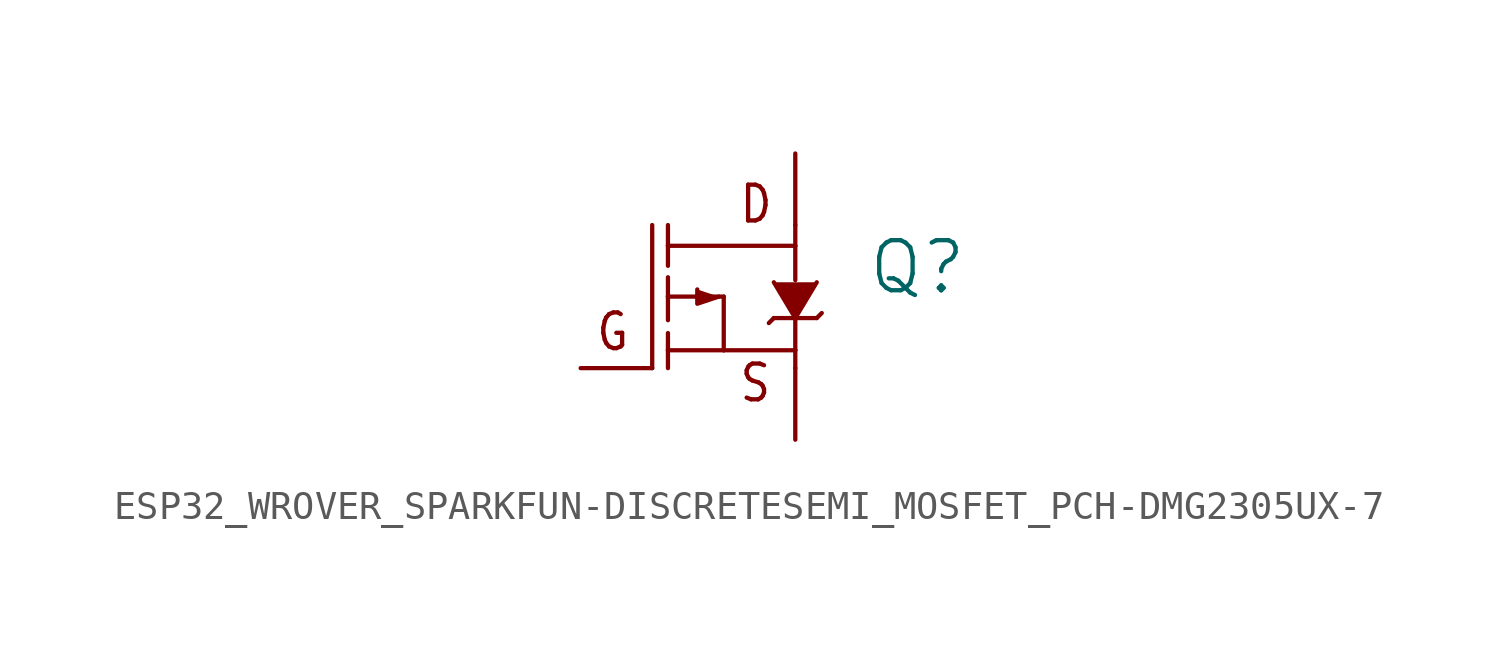
<source format=kicad_sym>
(kicad_symbol_lib
  (version 20220914)
  (generator kicad_symbol_editor)
  (symbol "ESP32_WROVER_SPARKFUN-DISCRETESEMI_MOSFET_PCH-DMG2305UX-7"
    (property "Reference" "Q"
      (at 5.08 0 0)
      (effects (font (size 1.778 1.778)) (justify left bottom)))
    (property "Value" ""
      (at 5.08 -2.54 0)
      (effects (font (size 1.778 1.778)) (justify left bottom)))
    (property "ki_locked" ""
      (at 0 0 0)
      (effects (font (size 1.27 1.27))))
    (symbol "ESP32_WROVER_SPARKFUN-DISCRETESEMI_MOSFET_PCH-DMG2305UX-7_1_0"
      (polyline (pts (xy -2.54 -2.54) (xy -2.54 2.54)) (stroke (width 0.152) (type solid)) (fill (type none)))
      (polyline (pts (xy -1.981 -1.905) (xy -1.981 -2.54)) (stroke (width 0.152) (type solid)) (fill (type none)))
      (polyline (pts (xy -1.981 -1.905) (xy 0 -1.905)) (stroke (width 0.152) (type solid)) (fill (type none)))
      (polyline (pts (xy -1.981 -1.295) (xy -1.981 -1.905)) (stroke (width 0.152) (type solid)) (fill (type none)))
      (polyline (pts (xy -1.981 0) (xy -1.981 -0.838)) (stroke (width 0.152) (type solid)) (fill (type none)))
      (polyline (pts (xy -1.981 0.686) (xy -1.981 0)) (stroke (width 0.152) (type solid)) (fill (type none)))
      (polyline (pts (xy -1.981 1.803) (xy -1.981 1.092)) (stroke (width 0.152) (type solid)) (fill (type none)))
      (polyline (pts (xy -1.981 1.803) (xy 2.54 1.803)) (stroke (width 0.152) (type solid)) (fill (type none)))
      (polyline (pts (xy -1.981 2.54) (xy -1.981 1.803)) (stroke (width 0.152) (type solid)) (fill (type none)))
      (polyline (pts (xy 0 -1.905) (xy 0 0)) (stroke (width 0.152) (type solid)) (fill (type none)))
      (polyline (pts (xy 0 0) (xy -1.981 0)) (stroke (width 0.152) (type solid)) (fill (type none)))
      (polyline (pts (xy 1.778 -0.762) (xy 1.6 -0.94)) (stroke (width 0.152) (type solid)) (fill (type none)))
      (polyline (pts (xy 1.778 -0.762) (xy 3.302 -0.762)) (stroke (width 0.152) (type solid)) (fill (type none)))
      (polyline (pts (xy 2.54 -2.54) (xy 2.54 -1.905)) (stroke (width 0.152) (type solid)) (fill (type none)))
      (polyline (pts (xy 2.54 -1.905) (xy 0 -1.905)) (stroke (width 0.152) (type solid)) (fill (type none)))
      (polyline (pts (xy 2.54 -1.905) (xy 2.54 -0.787)) (stroke (width 0.152) (type solid)) (fill (type none)))
      (polyline (pts (xy 2.54 1.803) (xy 2.54 0.584)) (stroke (width 0.152) (type solid)) (fill (type none)))
      (polyline (pts (xy 2.54 2.54) (xy 2.54 1.803)) (stroke (width 0.152) (type solid)) (fill (type none)))
      (polyline (pts (xy 3.48 -0.584) (xy 3.302 -0.762)) (stroke (width 0.152) (type solid)) (fill (type none)))
      (polyline (pts (xy -0.178 0) (xy -0.94 -0.254) (xy -0.94 0.254)) (stroke (width 0.152) (type solid)) (fill (type outline)))
      (polyline (pts (xy 3.302 0.508) (xy 2.54 -0.762) (xy 1.778 0.508)) (stroke (width 0.152) (type solid)) (fill (type outline)))
      (text "D" (at 0.508 2.54 0) (effects (font (size 1.27 1.079)) (justify left bottom)))
      (text "G" (at -3.302 -0.508 0) (effects (font (size 1.27 1.079)) (justify right top)))
      (text "S" (at 0.508 -3.81 0) (effects (font (size 1.27 1.079)) (justify left bottom)))
      (pin bidirectional line (at -5.08 -2.54 0) (length 2.54) (name "G" (effects (font (size 0 0)))) (number "1" (effects (font (size 0 0)))))
      (pin bidirectional line (at 2.54 -5.08 90) (length 2.54) (name "S" (effects (font (size 0 0)))) (number "2" (effects (font (size 0 0)))))
      (pin bidirectional line (at 2.54 5.08 270) (length 2.54) (name "D" (effects (font (size 0 0)))) (number "3" (effects (font (size 0 0))))))))
</source>
